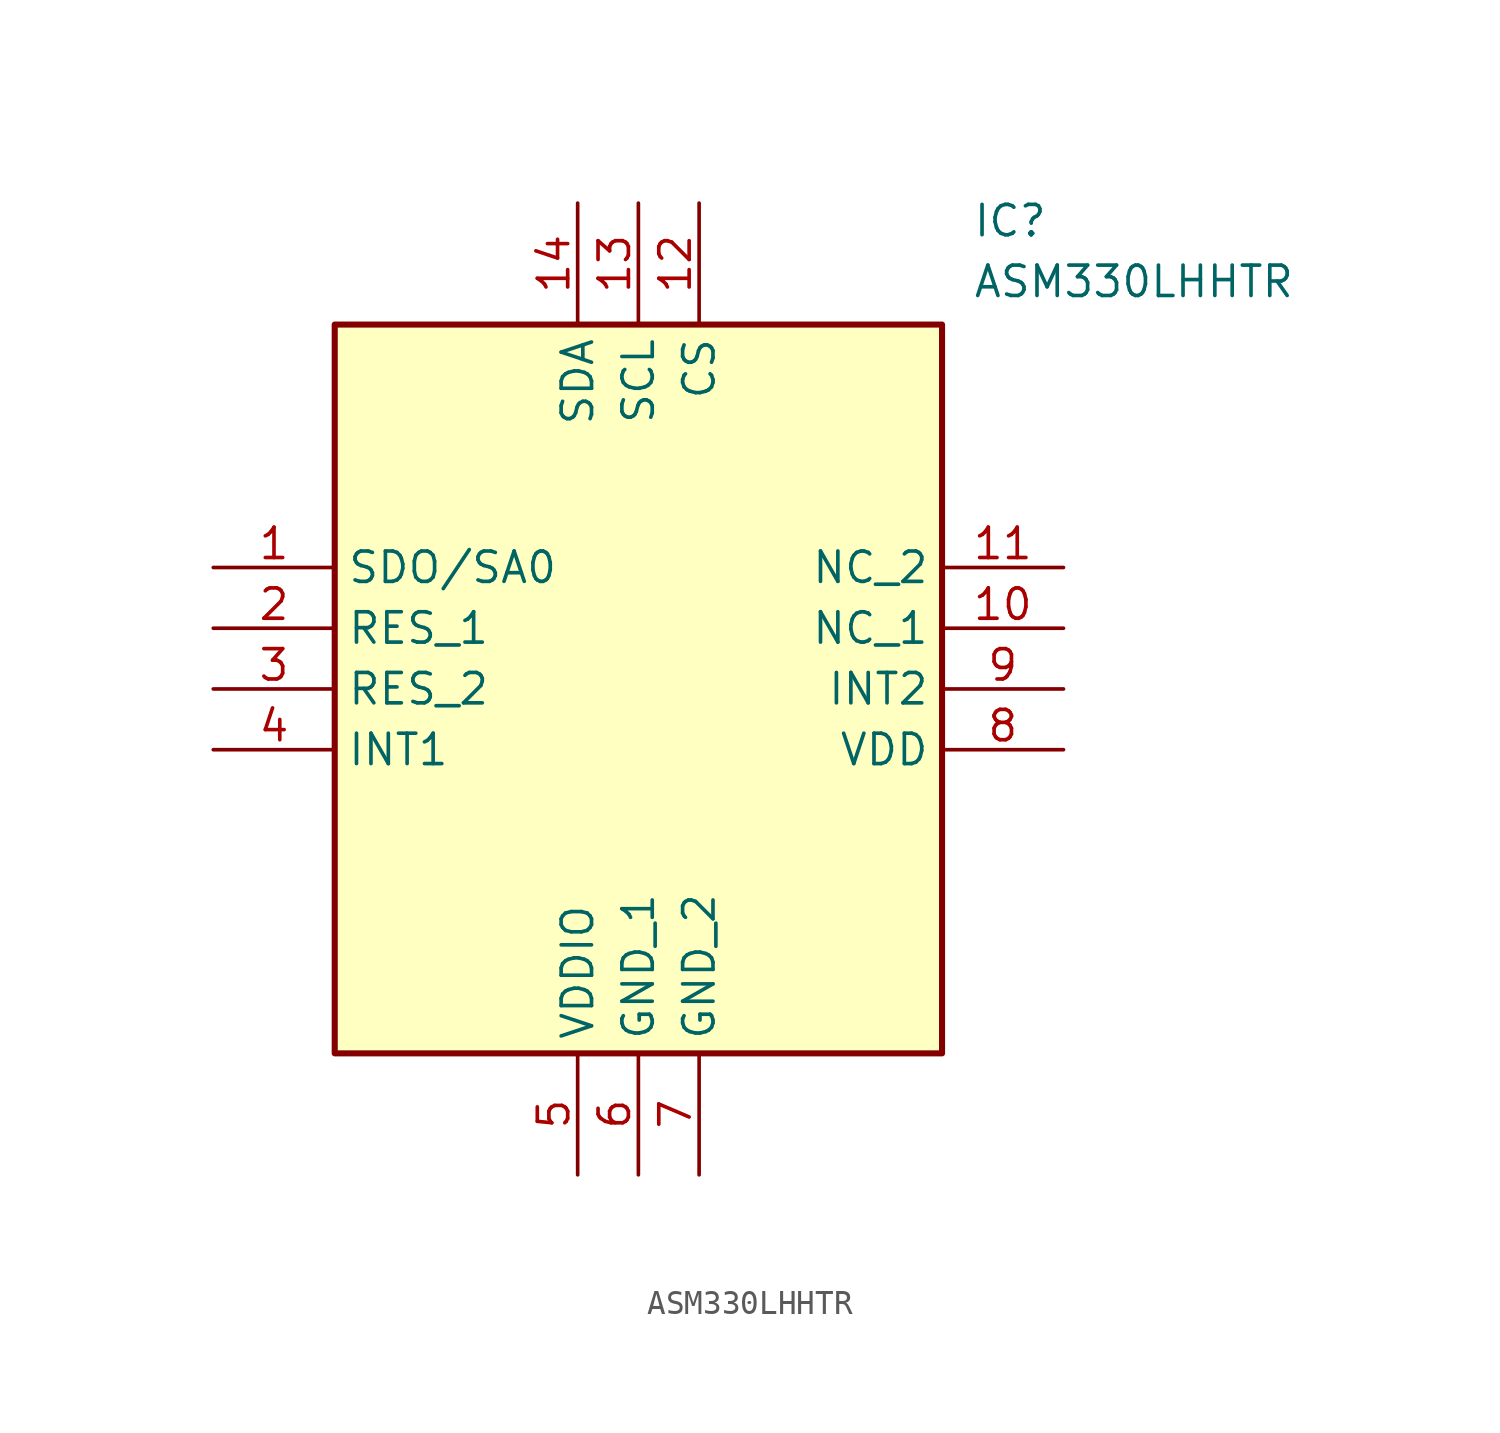
<source format=kicad_sym>
(kicad_symbol_lib
  (version 20211014)
  (generator SamacSys_ECAD_Model)
  (symbol "ASM330LHHTR"
    (property "Reference" "IC"
      (at 31.75 15.24 0)
      (effects (font (size 1.27 1.27)) (justify left top)))
    (property "Value" "ASM330LHHTR"
      (at 31.75 12.7 0)
      (effects (font (size 1.27 1.27)) (justify left top)))
    (rectangle
      (start 5.08 10.16)
      (end 30.48 -20.32)
      (stroke (width 0.254) (type default))
      (fill (type background)))
    (pin passive line
      (at 0 0 0)
      (length 5.08)
      (name "SDO/SA0" (effects (font (size 1.27 1.27))))
      (number "1" (effects (font (size 1.27 1.27)))))
    (pin passive line
      (at 0 -2.54 0)
      (length 5.08)
      (name "RES_1" (effects (font (size 1.27 1.27))))
      (number "2" (effects (font (size 1.27 1.27)))))
    (pin passive line
      (at 0 -5.08 0)
      (length 5.08)
      (name "RES_2" (effects (font (size 1.27 1.27))))
      (number "3" (effects (font (size 1.27 1.27)))))
    (pin passive line
      (at 0 -7.62 0)
      (length 5.08)
      (name "INT1" (effects (font (size 1.27 1.27))))
      (number "4" (effects (font (size 1.27 1.27)))))
    (pin passive line
      (at 15.24 -25.4 90)
      (length 5.08)
      (name "VDDIO" (effects (font (size 1.27 1.27))))
      (number "5" (effects (font (size 1.27 1.27)))))
    (pin passive line
      (at 17.78 -25.4 90)
      (length 5.08)
      (name "GND_1" (effects (font (size 1.27 1.27))))
      (number "6" (effects (font (size 1.27 1.27)))))
    (pin passive line
      (at 20.32 -25.4 90)
      (length 5.08)
      (name "GND_2" (effects (font (size 1.27 1.27))))
      (number "7" (effects (font (size 1.27 1.27)))))
    (pin passive line
      (at 35.56 -7.62 180)
      (length 5.08)
      (name "VDD" (effects (font (size 1.27 1.27))))
      (number "8" (effects (font (size 1.27 1.27)))))
    (pin passive line
      (at 35.56 -5.08 180)
      (length 5.08)
      (name "INT2" (effects (font (size 1.27 1.27))))
      (number "9" (effects (font (size 1.27 1.27)))))
    (pin passive line
      (at 35.56 -2.54 180)
      (length 5.08)
      (name "NC_1" (effects (font (size 1.27 1.27))))
      (number "10" (effects (font (size 1.27 1.27)))))
    (pin passive line
      (at 35.56 0 180)
      (length 5.08)
      (name "NC_2" (effects (font (size 1.27 1.27))))
      (number "11" (effects (font (size 1.27 1.27)))))
    (pin passive line
      (at 20.32 15.24 270)
      (length 5.08)
      (name "CS" (effects (font (size 1.27 1.27))))
      (number "12" (effects (font (size 1.27 1.27)))))
    (pin passive line
      (at 17.78 15.24 270)
      (length 5.08)
      (name "SCL" (effects (font (size 1.27 1.27))))
      (number "13" (effects (font (size 1.27 1.27)))))
    (pin passive line
      (at 15.24 15.24 270)
      (length 5.08)
      (name "SDA" (effects (font (size 1.27 1.27))))
      (number "14" (effects (font (size 1.27 1.27)))))))
</source>
